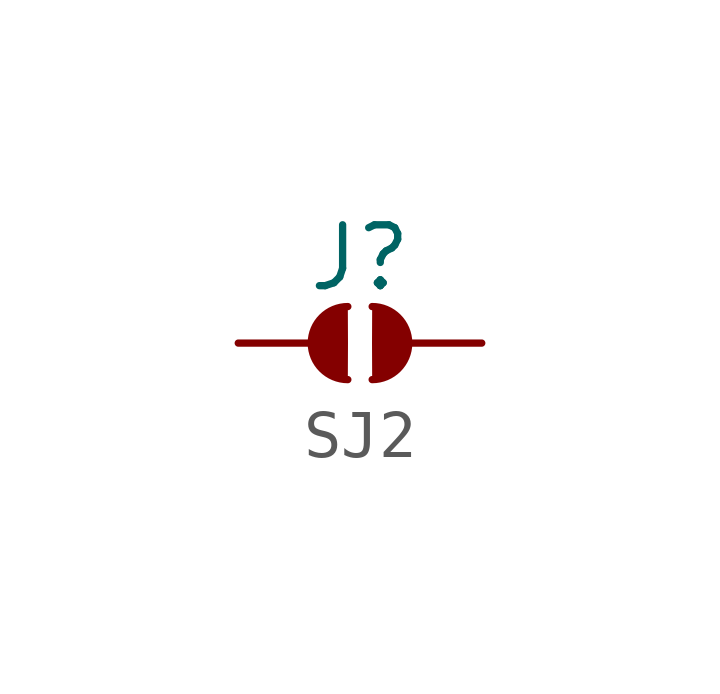
<source format=kicad_sym>
(kicad_symbol_lib
  (version 20211014)
  (generator kicad_symbol_editor)
  (symbol "SJ2"
    (pin_numbers hide)
    (pin_names
      (offset 0) hide)
    (property "Reference" "J"
      (at 0 1.778 0)
      (effects (font (size 1.27 1.27))))
    (symbol "SJ2_0_1"
      (arc (start -0.254 0.762) (mid -1.016 0) (end -0.254 -0.762) (stroke (width 0) (type default) (color 0 0 0 0)) (fill (type outline)))
      (arc (start 0.254 -0.762) (mid 1.016 0) (end 0.254 0.762) (stroke (width 0) (type default) (color 0 0 0 0)) (fill (type outline))))
    (symbol "SJ2_1_1"
      (pin passive line (at -2.54 0 0) (length 1.524) (name "1" (effects (font (size 1.27 1.27)))) (number "1" (effects (font (size 1.27 1.27)))))
      (pin passive line (at 2.54 0 180) (length 1.524) (name "2" (effects (font (size 1.27 1.27)))) (number "2" (effects (font (size 1.27 1.27))))))))
</source>
